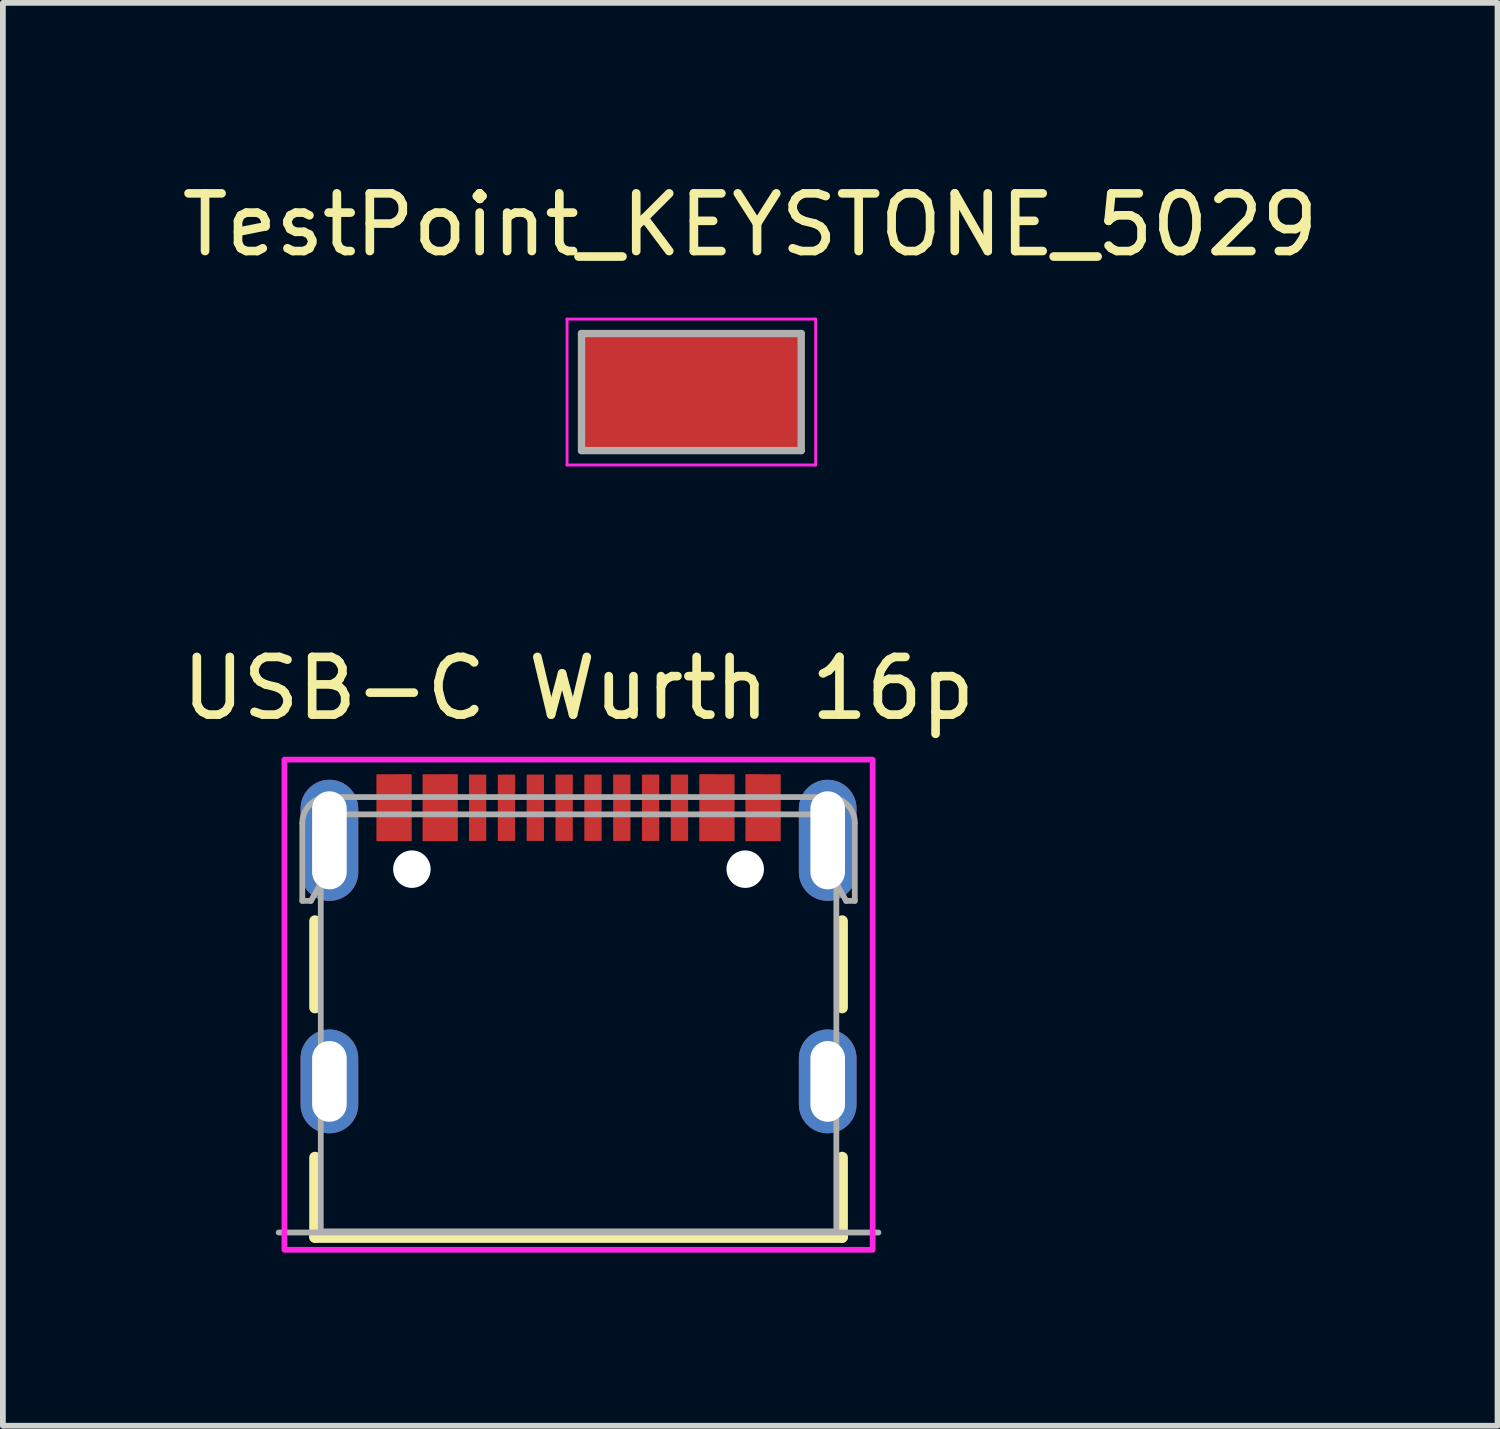
<source format=kicad_pcb>
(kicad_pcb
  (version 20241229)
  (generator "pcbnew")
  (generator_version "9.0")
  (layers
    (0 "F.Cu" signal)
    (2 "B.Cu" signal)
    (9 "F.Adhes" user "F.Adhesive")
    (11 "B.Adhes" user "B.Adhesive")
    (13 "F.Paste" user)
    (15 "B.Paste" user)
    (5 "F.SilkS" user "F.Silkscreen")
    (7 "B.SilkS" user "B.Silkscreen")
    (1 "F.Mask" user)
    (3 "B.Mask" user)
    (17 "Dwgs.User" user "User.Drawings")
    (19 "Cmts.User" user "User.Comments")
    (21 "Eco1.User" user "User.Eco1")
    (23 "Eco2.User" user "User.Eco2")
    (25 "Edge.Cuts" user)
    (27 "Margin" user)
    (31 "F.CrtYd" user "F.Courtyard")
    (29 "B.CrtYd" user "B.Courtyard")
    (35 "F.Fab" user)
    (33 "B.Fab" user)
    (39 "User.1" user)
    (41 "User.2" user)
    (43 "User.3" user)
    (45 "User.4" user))
  (footprint "TestPoint_KEYSTONE_5029"
    (layer "F.Cu")
    (at 8.938 3.748)
    (property "Reference" "TestPoint_KEYSTONE_5029" (at 1.02 -2.9 0) (layer "F.SilkS") (effects (font (size 1 1) (thickness 0.15))))
    (attr smd)
    (fp_line (start -2.155 -1.265) (end -2.155 1.265) (stroke (width 0.05) (type solid)) (layer "F.CrtYd"))
    (fp_line (start -2.155 1.265) (end 2.155 1.265) (stroke (width 0.05) (type solid)) (layer "F.CrtYd"))
    (fp_line (start 2.155 -1.265) (end -2.155 -1.265) (stroke (width 0.05) (type solid)) (layer "F.CrtYd"))
    (fp_line (start 2.155 1.265) (end 2.155 -1.265) (stroke (width 0.05) (type solid)) (layer "F.CrtYd"))
    (fp_line (start -1.905 -1.015) (end -1.905 1.015) (stroke (width 0.127) (type solid)) (layer "F.Fab"))
    (fp_line (start -1.905 1.015) (end 1.905 1.015) (stroke (width 0.127) (type solid)) (layer "F.Fab"))
    (fp_line (start 1.905 -1.015) (end -1.905 -1.015) (stroke (width 0.127) (type solid)) (layer "F.Fab"))
    (fp_line (start 1.905 1.015) (end 1.905 -1.015) (stroke (width 0.127) (type solid)) (layer "F.Fab"))
    (pad "TP" smd rect (at 0 0) (size 3.8 2.03) (layers "F.Cu" "F.Mask" "F.Paste")))
  (footprint "USB-C Wurth 16p"
    (layer "F.Cu")
    (at 6.982 15.701)
    (property "Reference" "USB-C Wurth 16p" (at 0 -6.815 0) (layer "F.SilkS") (effects (font (size 1 1) (thickness 0.15))))
    (attr smd)
    (fp_poly (pts (xy -3.6 -5.42) (xy -3.6 -4.07) (xy -2.8 -4.07) (xy -2.8 -5.42)) (stroke (width 0.01) (type solid)) (fill yes) (layer "F.Mask"))
    (fp_poly (pts (xy -2.8 -5.42) (xy -2.8 -4.07) (xy -2 -4.07) (xy -2 -5.42)) (stroke (width 0.01) (type solid)) (fill yes) (layer "F.Mask"))
    (fp_poly (pts (xy 2 -5.42) (xy 2 -4.07) (xy 2.8 -4.07) (xy 2.8 -5.42)) (stroke (width 0.01) (type solid)) (fill yes) (layer "F.Mask"))
    (fp_poly (pts (xy 2.8 -5.42) (xy 2.8 -4.07) (xy 3.6 -4.07) (xy 3.6 -5.42)) (stroke (width 0.01) (type solid)) (fill yes) (layer "F.Mask"))
    (fp_line (start -4.57 -2.78) (end -4.57 -1.28) (stroke (width 0.2) (type solid)) (layer "F.SilkS"))
    (fp_line (start -4.57 1.32) (end -4.57 2.7) (stroke (width 0.2) (type solid)) (layer "F.SilkS"))
    (fp_line (start -4.57 2.7) (end 4.57 2.7) (stroke (width 0.2) (type solid)) (layer "F.SilkS"))
    (fp_line (start 4.57 -1.28) (end 4.57 -2.78) (stroke (width 0.2) (type solid)) (layer "F.SilkS"))
    (fp_line (start 4.57 2.7) (end 4.57 1.32) (stroke (width 0.2) (type solid)) (layer "F.SilkS"))
    (fp_poly (pts (xy -3.5 -5.32) (xy -3.5 -4.17) (xy -2.9 -4.17) (xy -2.9 -5.32)) (stroke (width 0.01) (type solid)) (fill yes) (layer "F.Paste"))
    (fp_poly (pts (xy -2.7 -5.32) (xy -2.7 -4.17) (xy -2.1 -4.17) (xy -2.1 -5.32)) (stroke (width 0.01) (type solid)) (fill yes) (layer "F.Paste"))
    (fp_poly (pts (xy 2.1 -5.32) (xy 2.1 -4.17) (xy 2.7 -4.17) (xy 2.7 -5.32)) (stroke (width 0.01) (type solid)) (fill yes) (layer "F.Paste"))
    (fp_poly (pts (xy 2.9 -5.32) (xy 2.9 -4.17) (xy 3.5 -4.17) (xy 3.5 -5.32)) (stroke (width 0.01) (type solid)) (fill yes) (layer "F.Paste"))
    (fp_poly (pts (xy -5.1 -5.58) (xy -5.1 2.92) (xy 5.1 2.92) (xy 5.1 -5.58)) (stroke (width 0.1) (type solid)) (fill no) (layer "F.CrtYd"))
    (fp_line (start -5.2 2.62) (end 5.2 2.62) (stroke (width 0.1) (type solid)) (layer "F.Fab"))
    (fp_line (start -4.79 -4.48) (end -4.79 -3.13) (stroke (width 0.1) (type solid)) (layer "F.Fab"))
    (fp_line (start -4.79 -3.13) (end -4.64 -3.13) (stroke (width 0.1) (type solid)) (layer "F.Fab"))
    (fp_line (start -4.64 -3.13) (end -4.47 -3.43) (stroke (width 0.1) (type solid)) (layer "F.Fab"))
    (fp_line (start -4.49 -4.48) (end -4.49 -3.395) (stroke (width 0.1) (type solid)) (layer "F.Fab"))
    (fp_line (start -4.47 -4.55) (end -4.47 -3.43) (stroke (width 0.1) (type solid)) (layer "F.Fab"))
    (fp_line (start -4.47 -3.43) (end -4.47 2.6) (stroke (width 0.1) (type solid)) (layer "F.Fab"))
    (fp_line (start -4.47 2.6) (end 4.47 2.6) (stroke (width 0.1) (type solid)) (layer "F.Fab"))
    (fp_line (start -4.34 -4.63) (end 4.34 -4.63) (stroke (width 0.1) (type solid)) (layer "F.Fab"))
    (fp_line (start 4.36 -4.93) (end -4.36 -4.93) (stroke (width 0.1) (type solid)) (layer "F.Fab"))
    (fp_line (start 4.47 -4.55) (end 4.47 -3.43) (stroke (width 0.1) (type solid)) (layer "F.Fab"))
    (fp_line (start 4.47 -3.43) (end 4.47 2.6) (stroke (width 0.1) (type solid)) (layer "F.Fab"))
    (fp_line (start 4.49 -4.48) (end 4.49 -3.395) (stroke (width 0.1) (type solid)) (layer "F.Fab"))
    (fp_line (start 4.64 -3.13) (end 4.47 -3.43) (stroke (width 0.1) (type solid)) (layer "F.Fab"))
    (fp_line (start 4.79 -4.48) (end 4.79 -3.13) (stroke (width 0.1) (type solid)) (layer "F.Fab"))
    (fp_line (start 4.79 -3.13) (end 4.64 -3.13) (stroke (width 0.1) (type solid)) (layer "F.Fab"))
    (fp_arc (start -4.79 -4.48) (mid -4.665284 -4.791272) (end -4.36 -4.93) (stroke (width 0.1) (type solid)) (layer "F.Fab"))
    (fp_arc (start -4.49 -4.48) (mid -4.446066 -4.586066) (end -4.34 -4.63) (stroke (width 0.1) (type solid)) (layer "F.Fab"))
    (fp_arc (start 4.34 -4.63) (mid 4.446066 -4.586066) (end 4.49 -4.48) (stroke (width 0.1) (type solid)) (layer "F.Fab"))
    (fp_arc (start 4.36 -4.93) (mid 4.665284 -4.791272) (end 4.79 -4.48) (stroke (width 0.1) (type solid)) (layer "F.Fab"))
    (fp_text user "PCB Cutout Area" (at 4.3 -4.18 0) (layer "Edge.Cuts") (effects (font (size 0.1 0.1) (thickness 0.15))))
    (fp_text user "PCB Cutout Area" (at -4.3 0.02 0) (layer "Edge.Cuts") (effects (font (size 0.1 0.1) (thickness 0.15))))
    (fp_text user "PCB Cutout Area" (at 4.3 0.02 0) (layer "Edge.Cuts") (effects (font (size 0.1 0.1) (thickness 0.15))))
    (fp_text user "PCB Cutout Area" (at -4.3 -4.18 0) (layer "Edge.Cuts") (effects (font (size 0.1 0.1) (thickness 0.15))))
    (pad "" np_thru_hole circle (at -2.89 -3.68) (size 0.65 0.65) (drill 0.65) (layers "*.Cu" "*.Mask"))
    (pad "" np_thru_hole circle (at 2.89 -3.68) (size 0.65 0.65) (drill 0.65) (layers "*.Cu" "*.Mask"))
    (pad "A1" smd custom (at -3.35 -4.745) (size 0.3 1.15) (layers "F.Cu") (options (anchor rect)) (primitives (gr_poly (pts (xy -0.15 -0.575) (xy -0.15 0.575) (xy 0.45 0.575) (xy 0.45 -0.575)) (width 0.01) (fill yes))))
    (pad "A4" smd custom (at -2.55 -4.745) (size 0.3 1.15) (layers "F.Cu") (options (anchor rect)) (primitives (gr_poly (pts (xy -0.15 -0.575) (xy -0.15 0.575) (xy 0.45 0.575) (xy 0.45 -0.575)) (width 0.01) (fill yes))))
    (pad "A5" smd rect (at -1.25 -4.745) (size 0.3 1.15) (layers "F.Cu" "F.Mask" "F.Paste"))
    (pad "A6" smd rect (at -0.25 -4.745) (size 0.3 1.15) (layers "F.Cu" "F.Mask" "F.Paste"))
    (pad "A7" smd rect (at 0.25 -4.745) (size 0.3 1.15) (layers "F.Cu" "F.Mask" "F.Paste"))
    (pad "A8" smd rect (at 1.25 -4.745) (size 0.3 1.15) (layers "F.Cu" "F.Mask" "F.Paste"))
    (pad "A9" smd custom (at 2.55 -4.745) (size 0.3 1.15) (layers "F.Cu") (options (anchor rect)) (primitives (gr_poly (pts (xy -0.45 -0.575) (xy -0.45 0.575) (xy 0.15 0.575) (xy 0.15 -0.575)) (width 0.01) (fill yes))))
    (pad "A12" smd custom (at 3.35 -4.745) (size 0.3 1.15) (layers "F.Cu") (options (anchor rect)) (primitives (gr_poly (pts (xy -0.45 -0.575) (xy -0.45 0.575) (xy 0.15 0.575) (xy 0.15 -0.575)) (width 0.01) (fill yes))))
    (pad "B1" smd rect (at 3.05 -4.745) (size 0.3 1.15) (layers "F.Cu"))
    (pad "B4" smd rect (at 2.25 -4.745) (size 0.3 1.15) (layers "F.Cu"))
    (pad "B5" smd rect (at 1.75 -4.745) (size 0.3 1.15) (layers "F.Cu" "F.Mask" "F.Paste"))
    (pad "B6" smd rect (at 0.75 -4.745) (size 0.3 1.15) (layers "F.Cu" "F.Mask" "F.Paste"))
    (pad "B7" smd rect (at -0.75 -4.745) (size 0.3 1.15) (layers "F.Cu" "F.Mask" "F.Paste"))
    (pad "B8" smd rect (at -1.75 -4.745) (size 0.3 1.15) (layers "F.Cu" "F.Mask" "F.Paste"))
    (pad "B9" smd rect (at -2.25 -4.745) (size 0.3 1.15) (layers "F.Cu"))
    (pad "B12" smd rect (at -3.05 -4.745) (size 0.3 1.15) (layers "F.Cu"))
    (pad "S1" thru_hole oval (at -4.32 -4.18) (size 1 2.1) (drill oval 0.6 1.7) (layers "*.Cu" "*.Mask"))
    (pad "S2" thru_hole oval (at 4.32 -4.18) (size 1 2.1) (drill oval 0.6 1.7) (layers "*.Cu" "*.Mask"))
    (pad "S3" thru_hole oval (at -4.32 0) (size 1 1.8) (drill oval 0.6 1.4) (layers "*.Cu" "*.Mask"))
    (pad "S4" thru_hole oval (at 4.32 0) (size 1 1.8) (drill oval 0.6 1.4) (layers "*.Cu" "*.Mask")))
  (gr_rect
    (start -3 -3)
    (end 22.917 21.672)
    (stroke (width 0.1) (type default))
    (fill no)
    (layer "Edge.Cuts")))
</source>
